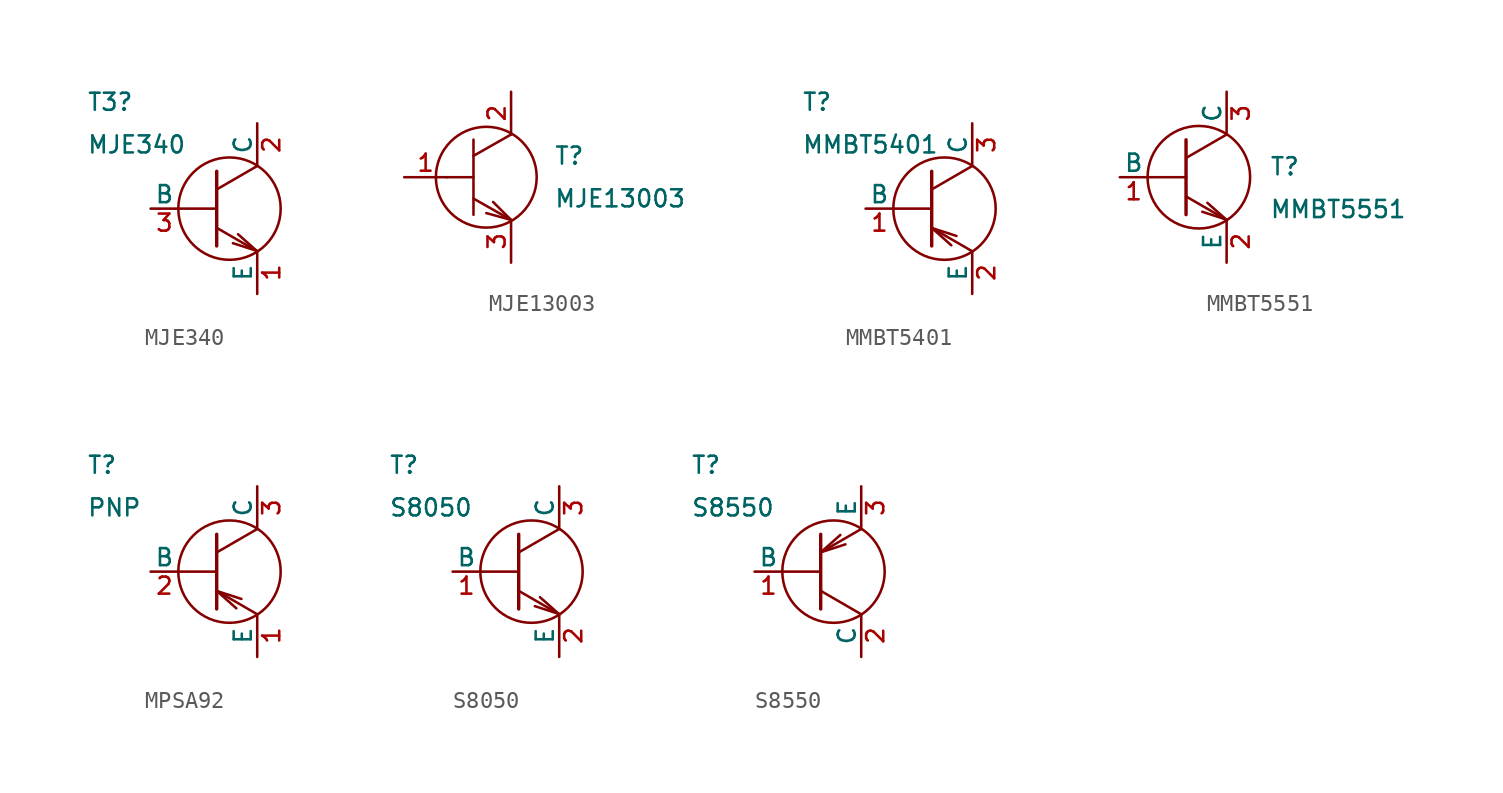
<source format=kicad_sym>
(kicad_symbol_lib
  (version 20231120)
  (generator "kicad_symbol_editor")
  (generator_version "8.0")
  (symbol "MJE340"
    (pin_names
      (offset 0))
    (property "Reference" "T3"
      (at -8.89 6.35 0)
      (effects (font (size 1.016 1.016)) (justify left)))
    (property "Value" "MJE340"
      (at -8.89 3.81 0)
      (effects (font (size 1.016 1.016)) (justify left)))
    (symbol "MJE340_0_1"
      (circle (center -0.381 0) (radius 3.048) (stroke (width 0) (type default)) (fill (type none)))
      (polyline (pts (xy -3.429 0) (xy -1.143 0)) (stroke (width 0) (type default)) (fill (type none)))
      (polyline (pts (xy -1.143 -1.143) (xy 1.27 -2.54)) (stroke (width 0) (type default)) (fill (type none)))
      (polyline (pts (xy -1.143 1.143) (xy 1.27 2.54)) (stroke (width 0) (type default)) (fill (type none)))
      (polyline (pts (xy -0.178 -2.057) (xy 1.27 -2.524)) (stroke (width 0) (type default)) (fill (type none)))
      (polyline (pts (xy 0.127 -1.524) (xy 1.27 -2.54)) (stroke (width 0) (type default)) (fill (type none))))
    (symbol "MJE340_1_1"
      (polyline (pts (xy -1.143 2.223) (xy -1.143 -2.223)) (stroke (width 0.203) (type default)) (fill (type none)))
      (pin input line (at 1.27 -5.08 90) (length 2.54) (name "E" (effects (font (size 1.016 1.016)))) (number "1" (effects (font (size 1.016 1.016)))))
      (pin input line (at 1.27 5.08 270) (length 2.54) (name "C" (effects (font (size 1.016 1.016)))) (number "2" (effects (font (size 1.016 1.016)))))
      (pin input line (at -5.08 0 0) (length 1.651) (name "B" (effects (font (size 1.016 1.016)))) (number "3" (effects (font (size 1.016 1.016)))))))
  (symbol "MJE13003"
    (pin_names
      (offset 0) hide)
    (property "Reference" "T"
      (at 3.81 1.27 0)
      (effects (font (size 1.016 1.016)) (justify left)))
    (property "Value" "MJE13003"
      (at 3.81 -1.27 0)
      (effects (font (size 1.016 1.016)) (justify left)))
    (symbol "MJE13003_1_1"
      (circle (center -0.203 0) (radius 2.997) (stroke (width 0) (type default)) (fill (type none)))
      (polyline (pts (xy -2.54 0) (xy -1.016 0)) (stroke (width 0) (type default)) (fill (type none)))
      (polyline (pts (xy -0.965 0) (xy -0.965 -2.235)) (stroke (width 0) (type default)) (fill (type none)))
      (polyline (pts (xy -0.965 0) (xy -0.965 2.235)) (stroke (width 0) (type default)) (fill (type none)))
      (polyline (pts (xy 1.27 -2.54) (xy -0.965 -1.27)) (stroke (width 0) (type default)) (fill (type none)))
      (polyline (pts (xy 1.27 2.54) (xy -0.965 1.27)) (stroke (width 0) (type default)) (fill (type none)))
      (polyline (pts (xy 0.203 -1.473) (xy 1.27 -2.54) (xy -0.203 -2.134)) (stroke (width 0) (type default)) (fill (type none)))
      (pin passive line (at -5.08 0 0) (length 2.54) (name "B" (effects (font (size 1.016 1.016)))) (number "1" (effects (font (size 1.016 1.016)))))
      (pin passive line (at 1.27 5.08 270) (length 2.54) (name "C" (effects (font (size 1.016 1.016)))) (number "2" (effects (font (size 1.016 1.016)))))
      (pin passive line (at 1.27 -5.08 90) (length 2.54) (name "E" (effects (font (size 1.016 1.016)))) (number "3" (effects (font (size 1.016 1.016)))))))
  (symbol "MMBT5401"
    (pin_names
      (offset 0))
    (property "Reference" "T"
      (at -8.89 6.35 0)
      (effects (font (size 1.016 1.016)) (justify left)))
    (property "Value" "MMBT5401"
      (at -8.89 3.81 0)
      (effects (font (size 1.016 1.016)) (justify left)))
    (symbol "MMBT5401_0_1"
      (circle (center -0.381 0) (radius 3.048) (stroke (width 0) (type default)) (fill (type none)))
      (polyline (pts (xy -3.429 0) (xy -1.143 0)) (stroke (width 0) (type default)) (fill (type none)))
      (polyline (pts (xy -1.143 -1.143) (xy 1.27 -2.54)) (stroke (width 0) (type default)) (fill (type none)))
      (polyline (pts (xy -1.143 1.143) (xy 1.27 2.54)) (stroke (width 0) (type default)) (fill (type none)))
      (polyline (pts (xy 0.025 -2.184) (xy -1.118 -1.168)) (stroke (width 0) (type default)) (fill (type none)))
      (polyline (pts (xy 0.33 -1.626) (xy -1.118 -1.159)) (stroke (width 0) (type default)) (fill (type none))))
    (symbol "MMBT5401_1_1"
      (polyline (pts (xy -1.143 2.223) (xy -1.143 -2.223)) (stroke (width 0.203) (type default)) (fill (type none)))
      (pin input line (at -5.08 0 0) (length 1.651) (name "B" (effects (font (size 1.016 1.016)))) (number "1" (effects (font (size 1.016 1.016)))))
      (pin input line (at 1.27 -5.08 90) (length 2.54) (name "E" (effects (font (size 1.016 1.016)))) (number "2" (effects (font (size 1.016 1.016)))))
      (pin input line (at 1.27 5.08 270) (length 2.54) (name "C" (effects (font (size 1.016 1.016)))) (number "3" (effects (font (size 1.016 1.016)))))))
  (symbol "MMBT5551"
    (pin_names
      (offset 0))
    (property "Reference" "T"
      (at 3.81 0.635 0)
      (effects (font (size 1.016 1.016)) (justify left)))
    (property "Value" "MMBT5551"
      (at 3.81 -1.905 0)
      (effects (font (size 1.016 1.016)) (justify left)))
    (symbol "MMBT5551_0_1"
      (circle (center -0.381 0) (radius 3.048) (stroke (width 0) (type default)) (fill (type none)))
      (polyline (pts (xy -3.429 0) (xy -1.143 0)) (stroke (width 0) (type default)) (fill (type none)))
      (polyline (pts (xy -1.143 -1.143) (xy 1.27 -2.54)) (stroke (width 0) (type default)) (fill (type none)))
      (polyline (pts (xy -1.143 1.143) (xy 1.27 2.54)) (stroke (width 0) (type default)) (fill (type none)))
      (polyline (pts (xy -0.178 -2.057) (xy 1.27 -2.524)) (stroke (width 0) (type default)) (fill (type none)))
      (polyline (pts (xy 0.127 -1.524) (xy 1.27 -2.54)) (stroke (width 0) (type default)) (fill (type none))))
    (symbol "MMBT5551_1_1"
      (polyline (pts (xy -1.143 2.223) (xy -1.143 -2.223)) (stroke (width 0.203) (type default)) (fill (type none)))
      (pin input line (at -5.08 0 0) (length 1.651) (name "B" (effects (font (size 1.016 1.016)))) (number "1" (effects (font (size 1.016 1.016)))))
      (pin input line (at 1.27 -5.08 90) (length 2.54) (name "E" (effects (font (size 1.016 1.016)))) (number "2" (effects (font (size 1.016 1.016)))))
      (pin input line (at 1.27 5.08 270) (length 2.54) (name "C" (effects (font (size 1.016 1.016)))) (number "3" (effects (font (size 1.016 1.016)))))))
  (symbol "MPSA92"
    (pin_names
      (offset 0))
    (property "Reference" "T"
      (at -8.89 6.35 0)
      (effects (font (size 1.016 1.016)) (justify left)))
    (property "Value" "PNP"
      (at -8.89 3.81 0)
      (effects (font (size 1.016 1.016)) (justify left)))
    (symbol "MPSA92_0_1"
      (circle (center -0.381 0) (radius 3.048) (stroke (width 0) (type default)) (fill (type none)))
      (polyline (pts (xy -3.429 0) (xy -1.143 0)) (stroke (width 0) (type default)) (fill (type none)))
      (polyline (pts (xy -1.143 -1.143) (xy 1.27 -2.54)) (stroke (width 0) (type default)) (fill (type none)))
      (polyline (pts (xy -1.143 1.143) (xy 1.27 2.54)) (stroke (width 0) (type default)) (fill (type none)))
      (polyline (pts (xy 0.025 -2.184) (xy -1.118 -1.168)) (stroke (width 0) (type default)) (fill (type none)))
      (polyline (pts (xy 0.33 -1.626) (xy -1.118 -1.159)) (stroke (width 0) (type default)) (fill (type none))))
    (symbol "MPSA92_1_1"
      (polyline (pts (xy -1.143 2.223) (xy -1.143 -2.223)) (stroke (width 0.203) (type default)) (fill (type none)))
      (pin input line (at 1.27 -5.08 90) (length 2.54) (name "E" (effects (font (size 1.016 1.016)))) (number "1" (effects (font (size 1.016 1.016)))))
      (pin input line (at -5.08 0 0) (length 1.651) (name "B" (effects (font (size 1.016 1.016)))) (number "2" (effects (font (size 1.016 1.016)))))
      (pin input line (at 1.27 5.08 270) (length 2.54) (name "C" (effects (font (size 1.016 1.016)))) (number "3" (effects (font (size 1.016 1.016)))))))
  (symbol "S8050"
    (pin_names
      (offset 0))
    (property "Reference" "T"
      (at -8.89 6.35 0)
      (effects (font (size 1.016 1.016)) (justify left)))
    (property "Value" "S8050"
      (at -8.89 3.81 0)
      (effects (font (size 1.016 1.016)) (justify left)))
    (symbol "S8050_0_1"
      (circle (center -0.381 0) (radius 3.048) (stroke (width 0) (type default)) (fill (type none)))
      (polyline (pts (xy -3.429 0) (xy -1.143 0)) (stroke (width 0) (type default)) (fill (type none)))
      (polyline (pts (xy -1.143 -1.143) (xy 1.27 -2.54)) (stroke (width 0) (type default)) (fill (type none)))
      (polyline (pts (xy -1.143 1.143) (xy 1.27 2.54)) (stroke (width 0) (type default)) (fill (type none)))
      (polyline (pts (xy -0.178 -2.057) (xy 1.27 -2.524)) (stroke (width 0) (type default)) (fill (type none)))
      (polyline (pts (xy 0.127 -1.524) (xy 1.27 -2.54)) (stroke (width 0) (type default)) (fill (type none))))
    (symbol "S8050_1_1"
      (polyline (pts (xy -1.143 2.223) (xy -1.143 -2.223)) (stroke (width 0.203) (type default)) (fill (type none)))
      (pin input line (at -5.08 0 0) (length 1.651) (name "B" (effects (font (size 1.016 1.016)))) (number "1" (effects (font (size 1.016 1.016)))))
      (pin input line (at 1.27 -5.08 90) (length 2.54) (name "E" (effects (font (size 1.016 1.016)))) (number "2" (effects (font (size 1.016 1.016)))))
      (pin input line (at 1.27 5.08 270) (length 2.54) (name "C" (effects (font (size 1.016 1.016)))) (number "3" (effects (font (size 1.016 1.016)))))))
  (symbol "S8550"
    (pin_names
      (offset 0))
    (property "Reference" "T"
      (at -8.89 6.35 0)
      (effects (font (size 1.016 1.016)) (justify left)))
    (property "Value" "S8550"
      (at -8.89 3.81 0)
      (effects (font (size 1.016 1.016)) (justify left)))
    (symbol "S8550_0_1"
      (circle (center -0.381 0) (radius 3.048) (stroke (width 0) (type default)) (fill (type none)))
      (polyline (pts (xy -3.429 0) (xy -1.143 0)) (stroke (width 0) (type default)) (fill (type none)))
      (polyline (pts (xy -1.143 -1.143) (xy 1.27 -2.54)) (stroke (width 0) (type default)) (fill (type none)))
      (polyline (pts (xy -1.143 1.143) (xy 1.27 2.54)) (stroke (width 0) (type default)) (fill (type none)))
      (polyline (pts (xy 0.025 2.184) (xy -1.118 1.168)) (stroke (width 0) (type default)) (fill (type none)))
      (polyline (pts (xy 0.33 1.626) (xy -1.118 1.159)) (stroke (width 0) (type default)) (fill (type none))))
    (symbol "S8550_1_1"
      (polyline (pts (xy -1.143 -2.223) (xy -1.143 2.223)) (stroke (width 0.203) (type default)) (fill (type none)))
      (pin input line (at -5.08 0 0) (length 1.651) (name "B" (effects (font (size 1.016 1.016)))) (number "1" (effects (font (size 1.016 1.016)))))
      (pin input line (at 1.27 -5.08 90) (length 2.54) (name "C" (effects (font (size 1.016 1.016)))) (number "2" (effects (font (size 1.016 1.016)))))
      (pin input line (at 1.27 5.08 270) (length 2.54) (name "E" (effects (font (size 1.016 1.016)))) (number "3" (effects (font (size 1.016 1.016))))))))
</source>
